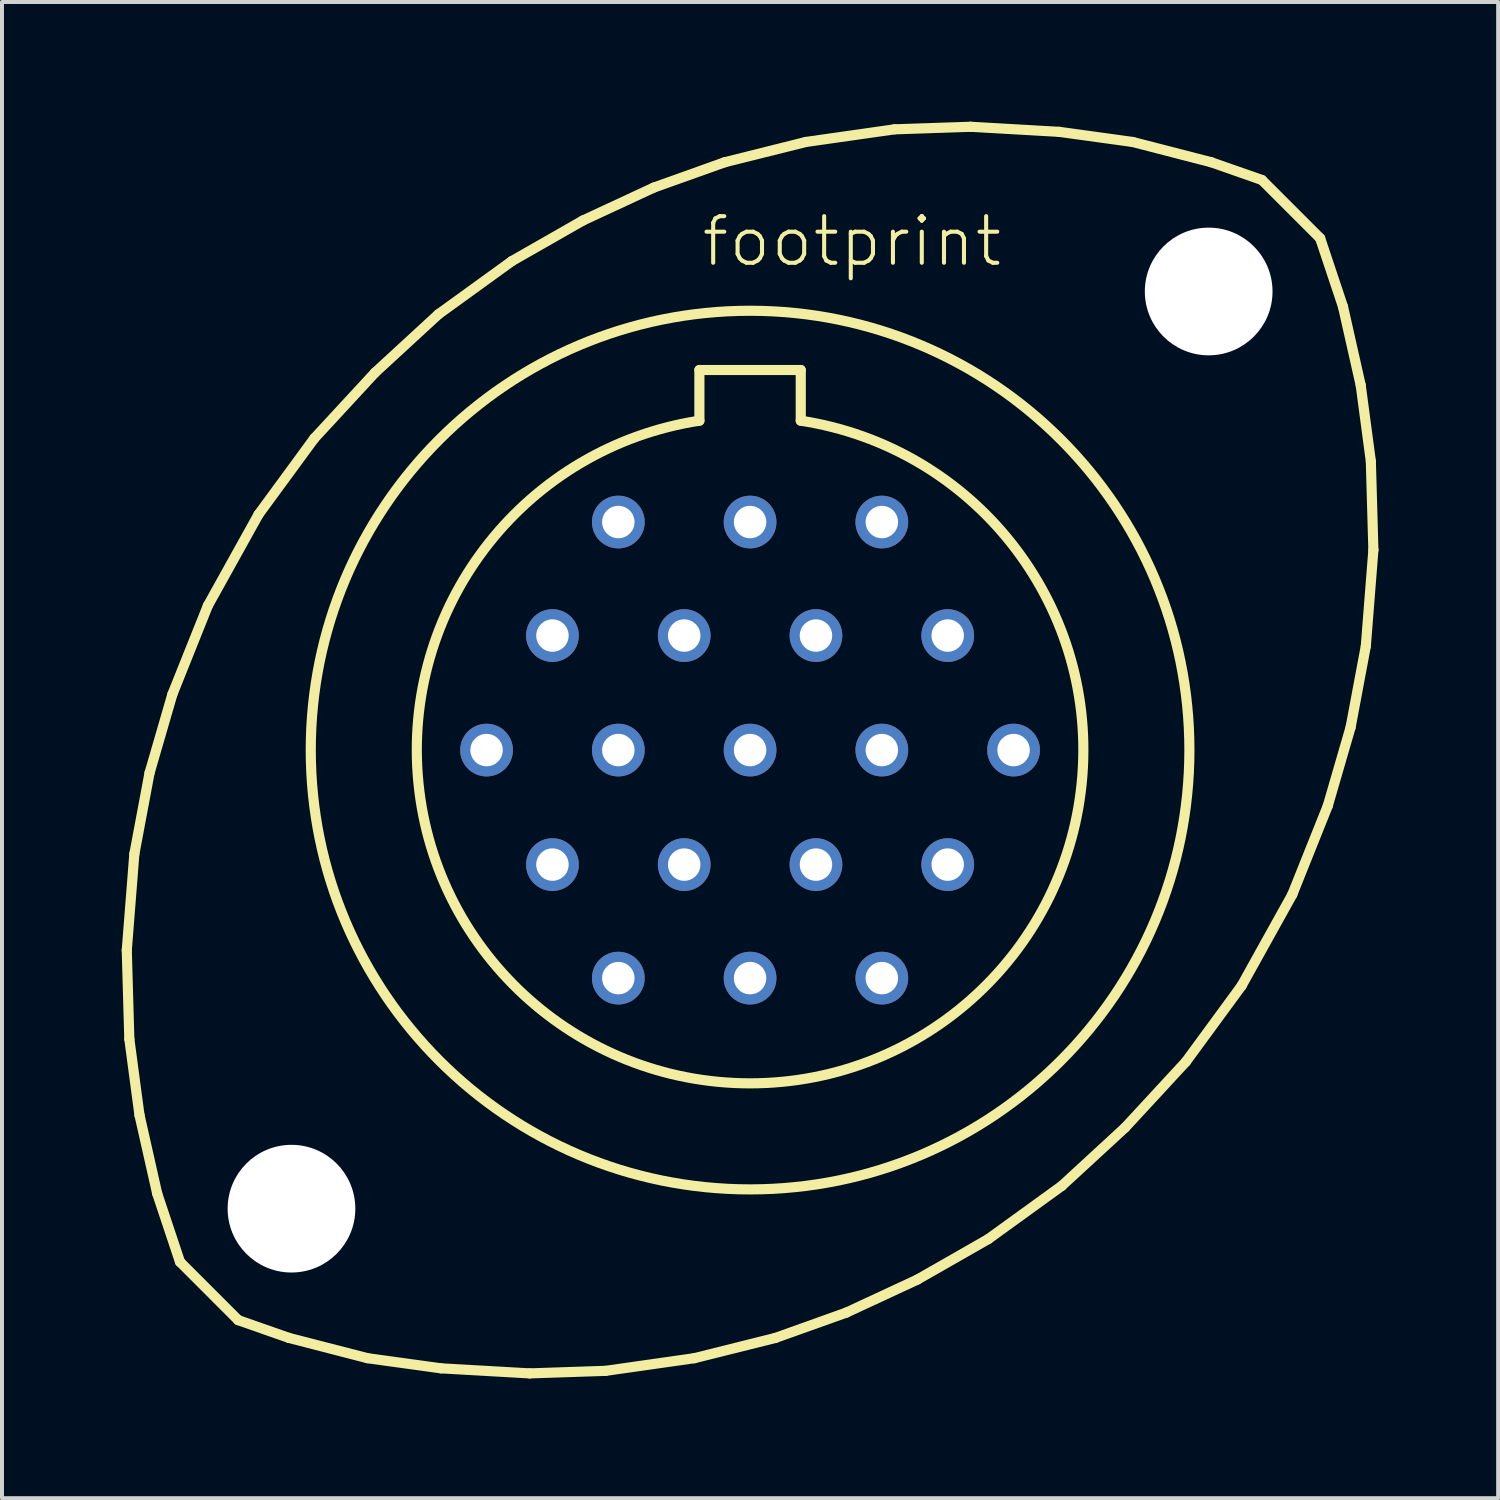
<source format=kicad_pcb>
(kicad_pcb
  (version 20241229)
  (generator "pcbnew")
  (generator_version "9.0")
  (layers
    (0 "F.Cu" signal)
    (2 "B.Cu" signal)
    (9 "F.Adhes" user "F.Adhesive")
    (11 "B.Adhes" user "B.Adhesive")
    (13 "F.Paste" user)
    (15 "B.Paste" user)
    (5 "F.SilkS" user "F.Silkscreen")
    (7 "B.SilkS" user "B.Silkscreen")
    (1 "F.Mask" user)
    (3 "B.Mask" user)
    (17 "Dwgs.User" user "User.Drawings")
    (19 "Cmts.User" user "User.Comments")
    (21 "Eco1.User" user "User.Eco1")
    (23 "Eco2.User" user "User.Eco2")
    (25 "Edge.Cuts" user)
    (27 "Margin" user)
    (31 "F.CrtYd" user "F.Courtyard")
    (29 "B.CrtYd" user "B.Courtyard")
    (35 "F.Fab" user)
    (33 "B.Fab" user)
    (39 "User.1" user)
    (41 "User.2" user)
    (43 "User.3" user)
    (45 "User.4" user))
  (footprint "footprint"
    (layer "F.Cu")
    (at 15.748 15.748)
    (property "Reference" "footprint" (at -1.27 -12.065 0) (layer "F.SilkS") (effects (font (size 1.168 1.168) (thickness 0.102)) (justify left bottom)))
    (fp_line (start -15.621 5.016) (end -15.431 2.603) (stroke (width 0.254) (type solid)) (layer "F.SilkS"))
    (fp_line (start -15.557 7.239) (end -15.621 5.016) (stroke (width 0.254) (type solid)) (layer "F.SilkS"))
    (fp_line (start -15.431 2.603) (end -15.05 0.572) (stroke (width 0.254) (type solid)) (layer "F.SilkS"))
    (fp_line (start -15.303 9.144) (end -15.557 7.239) (stroke (width 0.254) (type solid)) (layer "F.SilkS"))
    (fp_line (start -15.05 0.572) (end -14.478 -1.397) (stroke (width 0.254) (type solid)) (layer "F.SilkS"))
    (fp_line (start -14.859 11.113) (end -15.303 9.144) (stroke (width 0.254) (type solid)) (layer "F.SilkS"))
    (fp_line (start -14.478 -1.397) (end -13.589 -3.619) (stroke (width 0.254) (type solid)) (layer "F.SilkS"))
    (fp_line (start -14.287 12.827) (end -14.859 11.113) (stroke (width 0.254) (type solid)) (layer "F.SilkS"))
    (fp_line (start -14.287 12.827) (end -12.827 14.287) (stroke (width 0.254) (type solid)) (layer "F.SilkS"))
    (fp_line (start -13.589 -3.619) (end -12.319 -5.905) (stroke (width 0.254) (type solid)) (layer "F.SilkS"))
    (fp_line (start -12.319 -5.905) (end -10.922 -7.811) (stroke (width 0.254) (type solid)) (layer "F.SilkS"))
    (fp_line (start -11.557 14.732) (end -12.827 14.287) (stroke (width 0.254) (type solid)) (layer "F.SilkS"))
    (fp_line (start -10.922 -7.811) (end -9.398 -9.461) (stroke (width 0.254) (type solid)) (layer "F.SilkS"))
    (fp_line (start -9.588 15.24) (end -11.557 14.732) (stroke (width 0.254) (type solid)) (layer "F.SilkS"))
    (fp_line (start -9.398 -9.461) (end -7.811 -10.922) (stroke (width 0.254) (type solid)) (layer "F.SilkS"))
    (fp_line (start -7.811 -10.922) (end -5.969 -12.255) (stroke (width 0.254) (type solid)) (layer "F.SilkS"))
    (fp_line (start -7.747 15.494) (end -9.588 15.24) (stroke (width 0.254) (type solid)) (layer "F.SilkS"))
    (fp_line (start -5.969 -12.255) (end -4.191 -13.271) (stroke (width 0.254) (type solid)) (layer "F.SilkS"))
    (fp_line (start -5.524 15.621) (end -7.747 15.494) (stroke (width 0.254) (type solid)) (layer "F.SilkS"))
    (fp_line (start -4.191 -13.271) (end -2.413 -14.097) (stroke (width 0.254) (type solid)) (layer "F.SilkS"))
    (fp_line (start -3.619 15.557) (end -5.524 15.621) (stroke (width 0.254) (type solid)) (layer "F.SilkS"))
    (fp_line (start -2.413 -14.097) (end -0.635 -14.732) (stroke (width 0.254) (type solid)) (layer "F.SilkS"))
    (fp_line (start -1.397 15.24) (end -3.619 15.557) (stroke (width 0.254) (type solid)) (layer "F.SilkS"))
    (fp_line (start -1.27 -9.525) (end 1.27 -9.525) (stroke (width 0.254) (type solid)) (layer "F.SilkS"))
    (fp_line (start -1.27 -8.255) (end -1.27 -9.525) (stroke (width 0.254) (type solid)) (layer "F.SilkS"))
    (fp_line (start -0.635 -14.732) (end 1.397 -15.24) (stroke (width 0.254) (type solid)) (layer "F.SilkS"))
    (fp_line (start 0.635 14.732) (end -1.397 15.24) (stroke (width 0.254) (type solid)) (layer "F.SilkS"))
    (fp_line (start 1.27 -9.525) (end 1.27 -8.255) (stroke (width 0.254) (type solid)) (layer "F.SilkS"))
    (fp_line (start 1.397 -15.24) (end 3.619 -15.557) (stroke (width 0.254) (type solid)) (layer "F.SilkS"))
    (fp_line (start 2.413 14.097) (end 0.635 14.732) (stroke (width 0.254) (type solid)) (layer "F.SilkS"))
    (fp_line (start 3.619 -15.557) (end 5.524 -15.621) (stroke (width 0.254) (type solid)) (layer "F.SilkS"))
    (fp_line (start 4.191 13.271) (end 2.413 14.097) (stroke (width 0.254) (type solid)) (layer "F.SilkS"))
    (fp_line (start 5.524 -15.621) (end 7.747 -15.494) (stroke (width 0.254) (type solid)) (layer "F.SilkS"))
    (fp_line (start 5.969 12.255) (end 4.191 13.271) (stroke (width 0.254) (type solid)) (layer "F.SilkS"))
    (fp_line (start 7.747 -15.494) (end 9.588 -15.24) (stroke (width 0.254) (type solid)) (layer "F.SilkS"))
    (fp_line (start 7.811 10.922) (end 5.969 12.255) (stroke (width 0.254) (type solid)) (layer "F.SilkS"))
    (fp_line (start 9.398 9.461) (end 7.811 10.922) (stroke (width 0.254) (type solid)) (layer "F.SilkS"))
    (fp_line (start 9.588 -15.24) (end 11.557 -14.732) (stroke (width 0.254) (type solid)) (layer "F.SilkS"))
    (fp_line (start 10.922 7.811) (end 9.398 9.461) (stroke (width 0.254) (type solid)) (layer "F.SilkS"))
    (fp_line (start 11.557 -14.732) (end 12.827 -14.287) (stroke (width 0.254) (type solid)) (layer "F.SilkS"))
    (fp_line (start 12.319 5.905) (end 10.922 7.811) (stroke (width 0.254) (type solid)) (layer "F.SilkS"))
    (fp_line (start 12.827 -14.287) (end 14.287 -12.827) (stroke (width 0.254) (type solid)) (layer "F.SilkS"))
    (fp_line (start 13.589 3.619) (end 12.319 5.905) (stroke (width 0.254) (type solid)) (layer "F.SilkS"))
    (fp_line (start 14.287 -12.827) (end 14.859 -11.113) (stroke (width 0.254) (type solid)) (layer "F.SilkS"))
    (fp_line (start 14.478 1.397) (end 13.589 3.619) (stroke (width 0.254) (type solid)) (layer "F.SilkS"))
    (fp_line (start 14.859 -11.113) (end 15.303 -9.144) (stroke (width 0.254) (type solid)) (layer "F.SilkS"))
    (fp_line (start 15.05 -0.572) (end 14.478 1.397) (stroke (width 0.254) (type solid)) (layer "F.SilkS"))
    (fp_line (start 15.303 -9.144) (end 15.557 -7.239) (stroke (width 0.254) (type solid)) (layer "F.SilkS"))
    (fp_line (start 15.431 -2.603) (end 15.05 -0.572) (stroke (width 0.254) (type solid)) (layer "F.SilkS"))
    (fp_line (start 15.557 -7.239) (end 15.621 -5.016) (stroke (width 0.254) (type solid)) (layer "F.SilkS"))
    (fp_line (start 15.621 -5.016) (end 15.431 -2.603) (stroke (width 0.254) (type solid)) (layer "F.SilkS"))
    (fp_arc (start 1.27 -8.255) (mid 0 8.352121) (end -1.27 -8.255) (stroke (width 0.254) (type solid)) (layer "F.SilkS"))
    (fp_circle (center 0 0) (end 11.01 0) (stroke (width 0.254) (type solid)) (fill no) (layer "F.SilkS"))
    (pad "" np_thru_hole circle (at -11.493 11.493) (size 3.2 3.2) (drill 3.2) (layers "*.Cu" "*.Mask"))
    (pad "" np_thru_hole circle (at 11.493 -11.493) (size 3.2 3.2) (drill 3.2) (layers "*.Cu" "*.Mask"))
    (pad "A" thru_hole circle (at 0 -5.715) (size 1.321 1.321) (drill 0.813) (layers "*.Cu" "*.Mask"))
    (pad "B" thru_hole circle (at 3.302 -5.715) (size 1.321 1.321) (drill 0.813) (layers "*.Cu" "*.Mask"))
    (pad "C" thru_hole circle (at 4.953 -2.87) (size 1.321 1.321) (drill 0.813) (layers "*.Cu" "*.Mask"))
    (pad "D" thru_hole circle (at 6.604 0) (size 1.321 1.321) (drill 0.813) (layers "*.Cu" "*.Mask"))
    (pad "E" thru_hole circle (at 4.953 2.87) (size 1.321 1.321) (drill 0.813) (layers "*.Cu" "*.Mask"))
    (pad "F" thru_hole circle (at 3.302 5.715) (size 1.321 1.321) (drill 0.813) (layers "*.Cu" "*.Mask"))
    (pad "G" thru_hole circle (at 0 5.715) (size 1.321 1.321) (drill 0.813) (layers "*.Cu" "*.Mask"))
    (pad "H" thru_hole circle (at -3.302 5.715) (size 1.321 1.321) (drill 0.813) (layers "*.Cu" "*.Mask"))
    (pad "J" thru_hole circle (at -4.953 2.87) (size 1.321 1.321) (drill 0.813) (layers "*.Cu" "*.Mask"))
    (pad "K" thru_hole circle (at -6.604 0) (size 1.321 1.321) (drill 0.813) (layers "*.Cu" "*.Mask"))
    (pad "L" thru_hole circle (at -4.953 -2.87) (size 1.321 1.321) (drill 0.813) (layers "*.Cu" "*.Mask"))
    (pad "M" thru_hole circle (at -3.302 -5.715) (size 1.321 1.321) (drill 0.813) (layers "*.Cu" "*.Mask"))
    (pad "N" thru_hole circle (at -1.651 -2.87) (size 1.321 1.321) (drill 0.813) (layers "*.Cu" "*.Mask"))
    (pad "P" thru_hole circle (at 1.651 -2.87) (size 1.321 1.321) (drill 0.813) (layers "*.Cu" "*.Mask"))
    (pad "R" thru_hole circle (at 3.302 0) (size 1.321 1.321) (drill 0.813) (layers "*.Cu" "*.Mask"))
    (pad "S" thru_hole circle (at 1.651 2.87) (size 1.321 1.321) (drill 0.813) (layers "*.Cu" "*.Mask"))
    (pad "T" thru_hole circle (at -1.651 2.87) (size 1.321 1.321) (drill 0.813) (layers "*.Cu" "*.Mask"))
    (pad "U" thru_hole circle (at -3.302 0) (size 1.321 1.321) (drill 0.813) (layers "*.Cu" "*.Mask"))
    (pad "Y" thru_hole circle (at 0 0) (size 1.321 1.321) (drill 0.813) (layers "*.Cu" "*.Mask")))
  (gr_rect
    (start -3 -3)
    (end 34.496 34.496)
    (stroke (width 0.1) (type default))
    (fill no)
    (layer "Edge.Cuts")))
</source>
